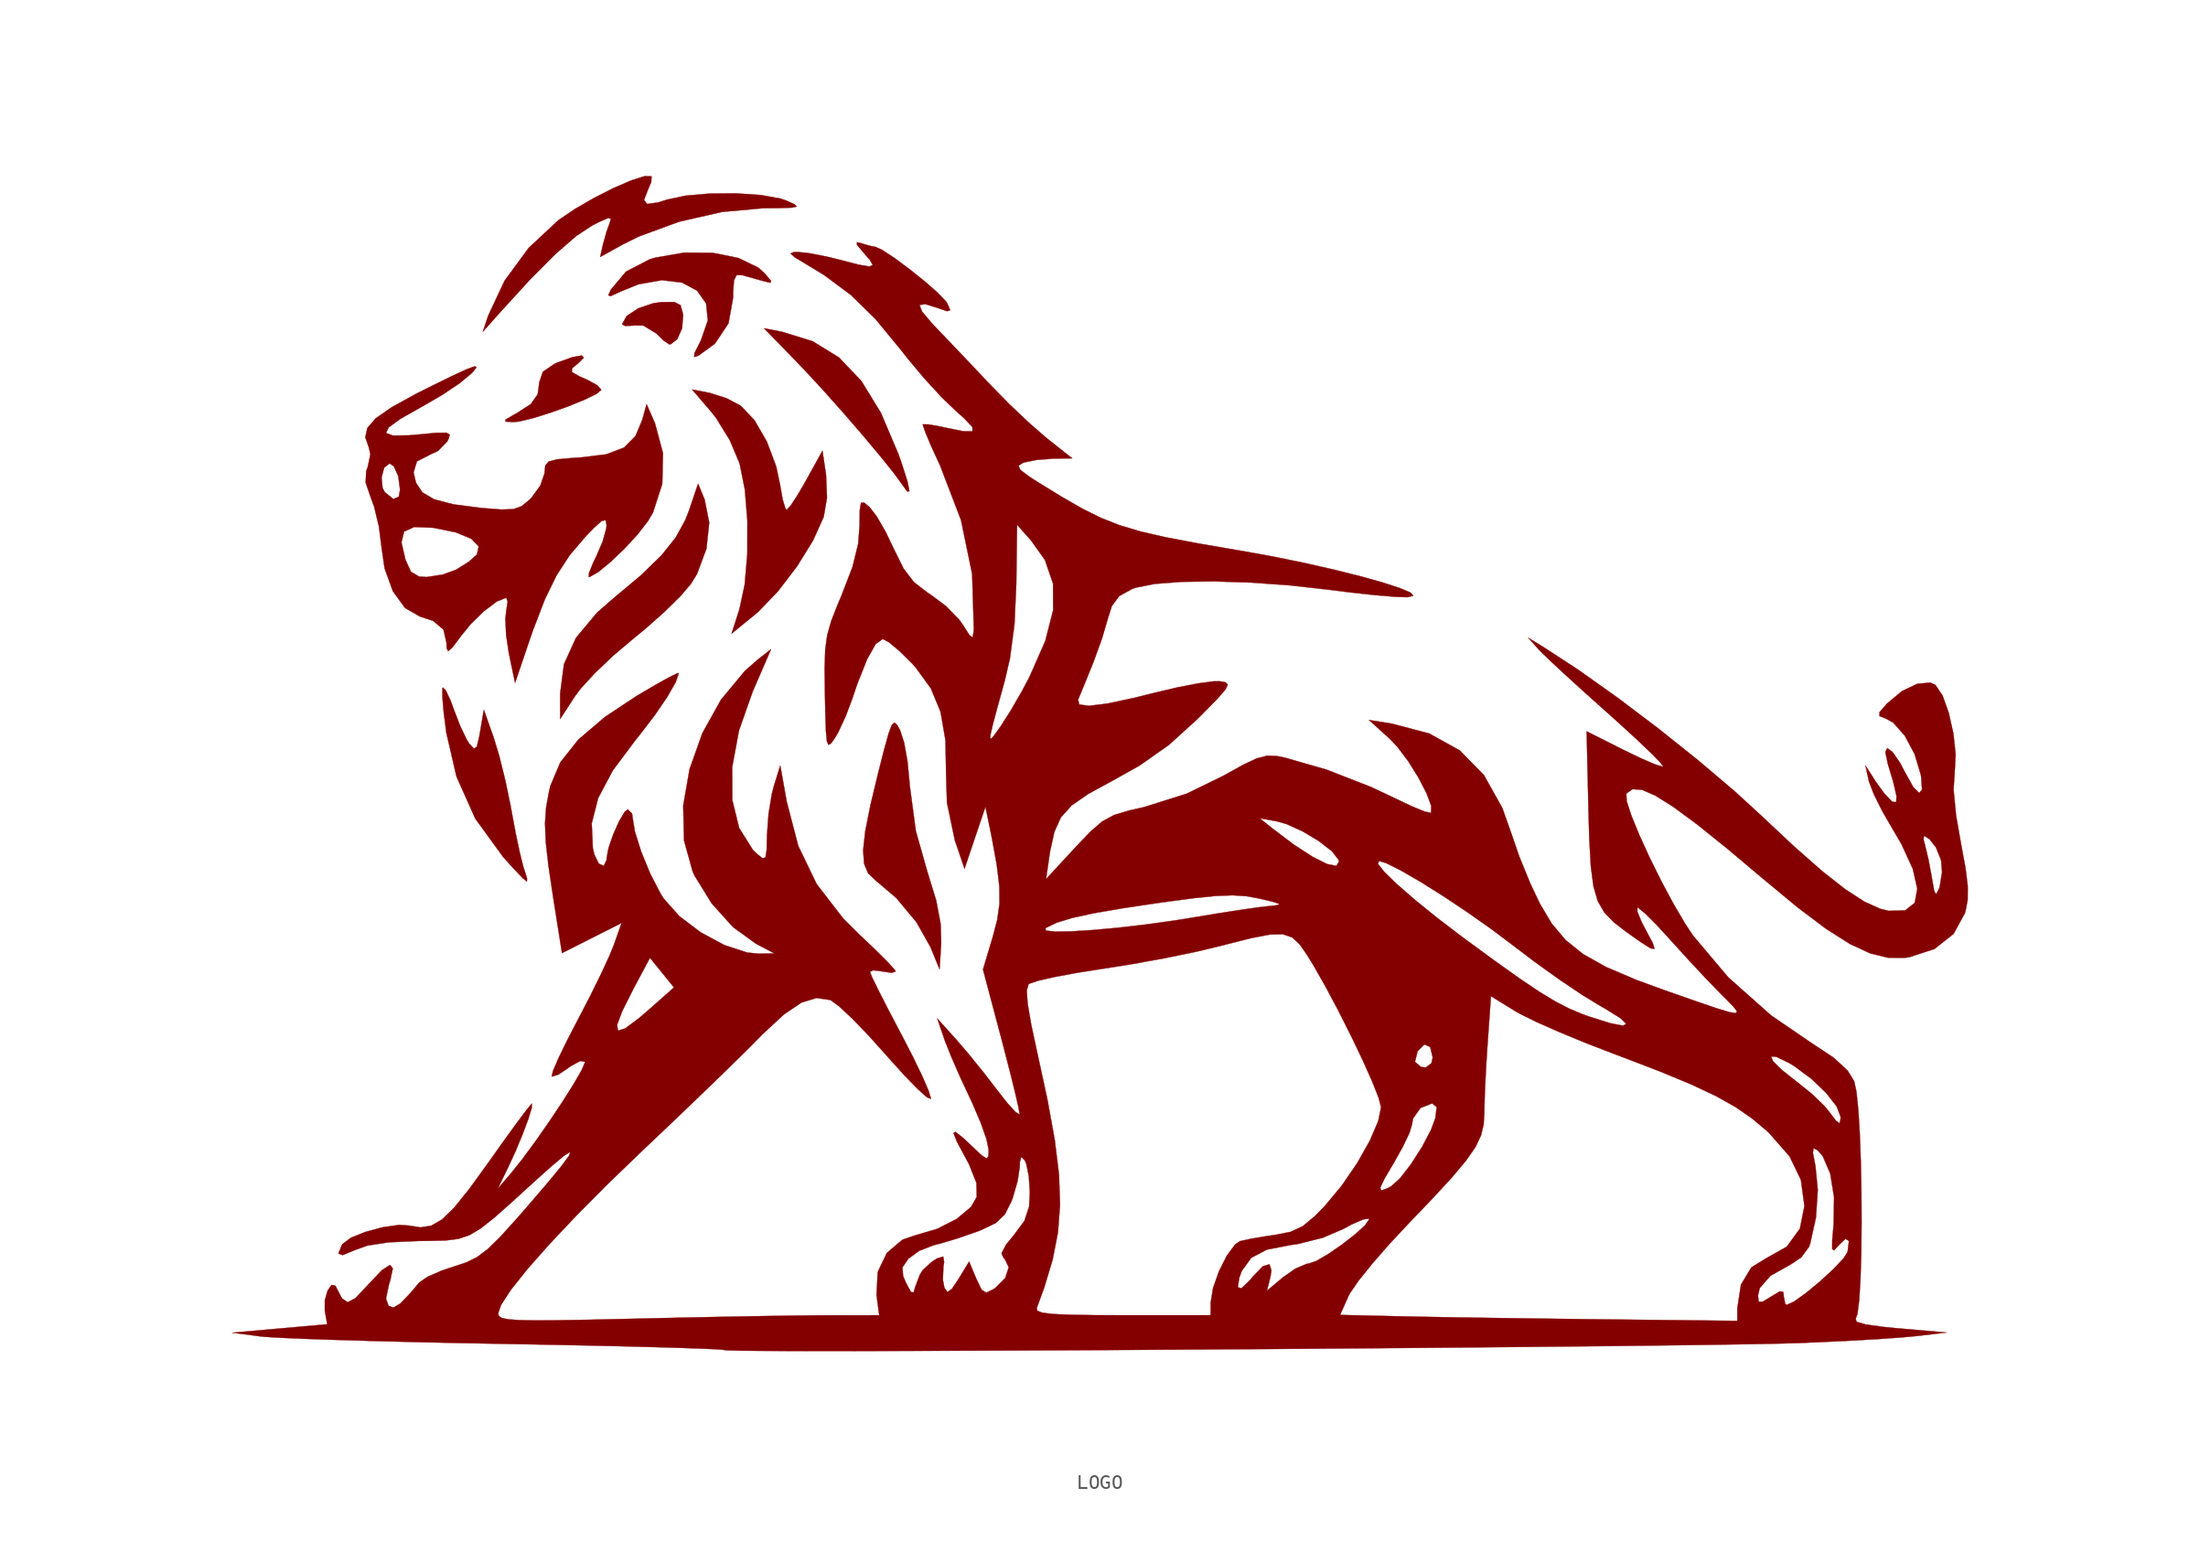
<source format=kicad_sym>
(kicad_symbol_lib
  (version 20210619)
  (generator bitmap2component)
  (symbol "LOGO"
    (pin_names
      (offset 1.016))
    (property "Reference" "#G"
      (at 0 105.198 0)
      (effects (font (size 1.27 1.27)) hide))
    (symbol "LOGO_0_0"
      (polyline (pts (xy -12.956 -39.838) (xy -9.671 -39.83) (xy -6.054 -39.818) (xy -2.162 -39.801) (xy 1.949 -39.781) (xy 6.221 -39.757) (xy 10.6 -39.729) (xy 15.027 -39.7) (xy 19.447 -39.667) (xy 23.803 -39.633) (xy 28.038 -39.597) (xy 32.096 -39.559) (xy 35.921 -39.521) (xy 39.456 -39.482) (xy 42.644 -39.443) (xy 45.429 -39.404) (xy 47.754 -39.366) (xy 49.563 -39.329) (xy 50.8 -39.293) (xy 51.927 -39.247) (xy 54.058 -39.146) (xy 56.023 -39.035) (xy 57.643 -38.924) (xy 58.737 -38.824) (xy 60.854 -38.576) (xy 57.568 -38.291) (xy 56.601 -38.198) (xy 55.339 -38.025) (xy 54.707 -37.839) (xy 54.657 -37.629) (xy 54.772 -37.312) (xy 54.894 -36.366) (xy 54.981 -34.939) (xy 55.036 -33.157) (xy 55.057 -31.147) (xy 55.047 -29.035) (xy 55.006 -26.949) (xy 54.935 -25.016) (xy 54.835 -23.362) (xy 54.706 -22.114) (xy 54.55 -21.399) (xy 54.095 -20.663) (xy 53.146 -19.788) (xy 51.64 -18.793) (xy 48.876 -16.903) (xy 45.95 -14.302) (xy 43.54 -11.445) (xy 43.017 -10.657) (xy 42.209 -9.284) (xy 41.373 -7.724) (xy 40.573 -6.108) (xy 39.87 -4.571) (xy 39.329 -3.246) (xy 39.011 -2.267) (xy 38.98 -1.767) (xy 39.011 -1.721) (xy 39.415 -1.442) (xy 40.052 -1.487) (xy 40.967 -1.883) (xy 42.204 -2.66) (xy 43.809 -3.845) (xy 45.829 -5.466) (xy 48.307 -7.552) (xy 48.364 -7.6) (xy 50.697 -9.532) (xy 52.634 -10.989) (xy 54.254 -12.018) (xy 55.636 -12.661) (xy 56.861 -12.963) (xy 58.007 -12.968) (xy 58.306 -12.928) (xy 60.04 -12.363) (xy 61.346 -11.33) (xy 62.123 -9.904) (xy 62.158 -9.783) (xy 62.307 -8.991) (xy 62.311 -8.068) (xy 62.158 -6.831) (xy 61.838 -5.095) (xy 61.512 -3.235) (xy 61.343 -1.472) (xy 61.423 -0.201) (xy 61.484 0.935) (xy 61.333 2.345) (xy 61.016 3.765) (xy 60.589 4.957) (xy 60.104 5.681) (xy 59.752 5.841) (xy 58.862 5.757) (xy 57.814 5.257) (xy 56.802 4.415) (xy 56.744 4.353) (xy 56.276 3.811) (xy 56.281 3.553) (xy 56.749 3.366) (xy 57.228 3.095) (xy 58.008 2.212) (xy 58.674 0.965) (xy 59.1 -0.441) (xy 59.128 -0.603) (xy 59.187 -1.471) (xy 58.997 -1.706) (xy 58.597 -1.311) (xy 58.028 -0.293) (xy 57.685 0.359) (xy 57.174 1.098) (xy 56.813 1.358) (xy 56.679 1.101) (xy 56.849 0.288) (xy 57.218 -0.941) (xy 57.441 -1.898) (xy 57.423 -2.329) (xy 57.172 -2.307) (xy 57.117 -2.268) (xy 56.613 -1.738) (xy 56.03 -0.932) (xy 55.321 0.176) (xy 55.553 -0.882) (xy 55.563 -0.923) (xy 55.887 -1.776) (xy 56.475 -2.956) (xy 57.208 -4.22) (xy 57.593 -4.877) (xy 59.29 -4.877) (xy 59.326 -4.62) (xy 59.712 -4.875) (xy 60.133 -5.413) (xy 60.492 -6.308) (xy 60.556 -7.117) (xy 60.394 -8.114) (xy 60.331 -8.28) (xy 60.149 -8.62) (xy 60.019 -8.405) (xy 59.87 -7.564) (xy 59.844 -7.404) (xy 59.626 -6.239) (xy 59.4 -5.292) (xy 59.29 -4.877) (xy 57.593 -4.877) (xy 57.772 -5.182) (xy 58.559 -6.897) (xy 58.864 -8.253) (xy 58.69 -9.21) (xy 58.038 -9.726) (xy 56.912 -9.76) (xy 56.323 -9.613) (xy 55.241 -9.124) (xy 53.943 -8.283) (xy 52.368 -7.045) (xy 50.455 -5.363) (xy 48.142 -3.192) (xy 46.401 -1.598) (xy 43.923 0.507) (xy 41.193 2.688) (xy 38.398 4.802) (xy 35.724 6.702) (xy 33.358 8.246) (xy 32.279 8.908) (xy 32.985 8.118) (xy 33.138 7.957) (xy 33.833 7.285) (xy 34.897 6.297) (xy 36.214 5.098) (xy 37.671 3.794) (xy 38.4 3.142) (xy 39.667 1.982) (xy 40.664 1.034) (xy 41.304 0.381) (xy 41.5 0.107) (xy 41.452 0.098) (xy 40.939 0.257) (xy 40.005 0.657) (xy 38.81 1.233) (xy 36.272 2.511) (xy 36.396 -2.89) (xy 36.452 -4.855) (xy 36.556 -6.709) (xy 36.737 -8.081) (xy 37.031 -9.093) (xy 37.478 -9.868) (xy 38.116 -10.528) (xy 38.982 -11.196) (xy 39.93 -11.869) (xy 40.647 -12.324) (xy 40.912 -12.354) (xy 40.789 -11.954) (xy 40.343 -11.121) (xy 40.019 -10.5) (xy 39.734 -9.802) (xy 39.745 -9.534) (xy 39.815 -9.562) (xy 40.289 -9.957) (xy 41.054 -10.722) (xy 41.98 -11.729) (xy 42.038 -11.794) (xy 43.215 -13.092) (xy 44.443 -14.407) (xy 45.467 -15.463) (xy 45.764 -15.759) (xy 46.284 -16.287) (xy 46.542 -16.619) (xy 46.472 -16.75) (xy 46.004 -16.676) (xy 45.072 -16.39) (xy 43.607 -15.887) (xy 41.542 -15.163) (xy 39.656 -14.472) (xy 37.603 -13.596) (xy 36.035 -12.717) (xy 34.836 -11.755) (xy 33.886 -10.626) (xy 33.067 -9.247) (xy 32.433 -7.908) (xy 31.679 -6.067) (xy 31.1 -4.388) (xy 30.509 -2.725) (xy 29.255 -0.48) (xy 27.608 1.202) (xy 25.523 2.361) (xy 22.957 3.037) (xy 21.396 3.285) (xy 22.826 1.992) (xy 23.341 1.45) (xy 24.086 0.458) (xy 24.783 -0.66) (xy 25.337 -1.733) (xy 25.654 -2.589) (xy 25.637 -3.056) (xy 25.626 -3.062) (xy 25.208 -2.971) (xy 24.353 -2.624) (xy 23.232 -2.091) (xy 21.542 -1.294) (xy 18.516 -0.112) (xy 15.655 0.712) (xy 15.077 0.824) (xy 14.423 0.842) (xy 13.725 0.659) (xy 12.796 0.221) (xy 11.449 -0.527) (xy 8.945 -1.75) (xy 6.024 -2.67) (xy 5.012 -2.898) (xy 3.974 -3.213) (xy 3.576 -3.428) (xy 13.935 -3.428) (xy 15.169 -3.657) (xy 15.76 -3.825) (xy 16.867 -4.327) (xy 17.976 -4.992) (xy 18.866 -5.683) (xy 19.316 -6.262) (xy 19.349 -6.399) (xy 19.257 -6.548) (xy 22.014 -6.548) (xy 22.076 -6.35) (xy 22.556 -6.49) (xy 23.552 -6.984) (xy 24.895 -7.761) (xy 26.467 -8.747) (xy 28.147 -9.868) (xy 29.819 -11.047) (xy 31.361 -12.21) (xy 32.76 -13.272) (xy 34.457 -14.486) (xy 36.041 -15.549) (xy 37.297 -16.311) (xy 37.542 -16.447) (xy 38.586 -17.096) (xy 38.984 -17.485) (xy 38.752 -17.603) (xy 37.901 -17.439) (xy 36.447 -16.984) (xy 35.987 -16.818) (xy 35.08 -16.438) (xy 34.133 -15.95) (xy 33.042 -15.288) (xy 31.703 -14.387) (xy 30.013 -13.184) (xy 27.869 -11.613) (xy 27.702 -11.489) (xy 26.006 -10.193) (xy 24.518 -8.985) (xy 23.308 -7.931) (xy 22.449 -7.097) (xy 22.014 -6.548) (xy 19.257 -6.548) (xy 19.172 -6.684) (xy 18.551 -6.563) (xy 17.566 -6.074) (xy 16.295 -5.252) (xy 14.817 -4.137) (xy 13.935 -3.428) (xy 3.576 -3.428) (xy 3.172 -3.646) (xy 2.374 -4.334) (xy 1.343 -5.415) (xy -0.664 -7.585) (xy -0.461 -6.174) (xy -0.387 -5.685) (xy -0.098 -4.363) (xy 0.352 -3.369) (xy 1.087 -2.552) (xy 2.228 -1.764) (xy 3.897 -0.854) (xy 5.729 0.171) (xy 7.733 1.582) (xy 9.653 3.324) (xy 10.069 3.74) (xy 11.041 4.731) (xy 11.584 5.352) (xy 11.754 5.697) (xy 11.605 5.859) (xy 11.193 5.932) (xy 10.8 5.929) (xy 9.735 5.788) (xy 8.311 5.513) (xy 6.727 5.139) (xy 5.35 4.796) (xy 3.493 4.403) (xy 2.253 4.253) (xy 1.606 4.344) (xy 1.524 4.674) (xy 1.709 5.111) (xy 2.564 7.21) (xy 3.159 8.849) (xy 3.545 10.169) (xy 3.833 11.078) (xy 4.337 11.755) (xy 5.224 12.243) (xy 5.46 12.328) (xy 6.758 12.583) (xy 8.589 12.726) (xy 10.826 12.757) (xy 13.338 12.676) (xy 15.998 12.485) (xy 18.675 12.185) (xy 20.096 12.005) (xy 21.749 11.825) (xy 23.107 11.709) (xy 23.966 11.676) (xy 24.036 11.678) (xy 24.435 11.778) (xy 24.231 11.994) (xy 23.504 12.303) (xy 22.336 12.683) (xy 20.808 13.11) (xy 19 13.562) (xy 16.993 14.017) (xy 14.869 14.451) (xy 12.707 14.842) (xy 12.259 14.917) (xy 9.604 15.375) (xy 7.492 15.777) (xy 5.792 16.168) (xy 4.371 16.592) (xy 3.095 17.095) (xy 1.83 17.721) (xy 0.445 18.515) (xy -1.194 19.522) (xy -1.785 19.899) (xy -2.414 20.371) (xy -2.544 20.658) (xy -2.252 20.856) (xy -2.168 20.886) (xy -1.308 21.058) (xy -0.233 21.142) (xy 1.122 21.167) (xy -0.586 22.521) (xy -0.737 22.643) (xy -1.872 23.636) (xy -3.181 24.878) (xy -4.41 26.13) (xy -4.566 26.295) (xy -5.818 27.622) (xy -7.099 28.968) (xy -8.152 30.067) (xy -8.425 30.354) (xy -9.143 31.205) (xy -9.306 31.646) (xy -8.91 31.704) (xy -7.951 31.402) (xy -7.432 31.223) (xy -7.208 31.284) (xy -7.42 31.771) (xy -7.504 31.896) (xy -8.068 32.485) (xy -8.957 33.264) (xy -10 34.101) (xy -11.027 34.862) (xy -11.869 35.416) (xy -12.357 35.631) (xy -12.609 35.666) (xy -13.289 35.864) (xy -13.589 35.938) (xy -13.577 35.75) (xy -13.079 35.158) (xy -12.713 34.74) (xy -12.505 34.38) (xy -12.733 34.274) (xy -13.476 34.403) (xy -14.817 34.749) (xy -15.614 34.945) (xy -16.803 35.178) (xy -17.639 35.269) (xy -17.897 35.262) (xy -18.122 35.167) (xy -17.836 34.902) (xy -16.98 34.389) (xy -15.831 33.69) (xy -14 32.329) (xy -12.319 30.685) (xy -10.581 28.572) (xy -10.189 28.069) (xy -9 26.648) (xy -7.803 25.343) (xy -6.805 24.384) (xy -6.287 23.928) (xy -5.696 23.305) (xy -5.695 23.014) (xy -6.312 23.017) (xy -7.575 23.272) (xy -7.897 23.343) (xy -8.706 23.486) (xy -9.081 23.492) (xy -9.083 23.444) (xy -8.908 22.932) (xy -8.51 21.991) (xy -7.954 20.777) (xy -7.905 20.673) (xy -6.476 16.945) (xy -5.715 13.263) (xy -5.6 9.525) (xy -5.614 9.293) (xy -5.686 8.924) (xy -5.895 9.079) (xy -6.351 9.798) (xy -6.604 10.152) (xy -7.514 11.08) (xy -8.587 11.879) (xy -8.784 12.001) (xy -9.701 12.717) (xy -10.403 13.641) (xy -11.081 15.012) (xy -11.625 16.144) (xy -12.234 17.2) (xy -12.724 17.837) (xy -13.096 18.143) (xy -13.31 18.126) (xy -13.392 17.638) (xy -13.406 16.562) (xy -13.499 15.339) (xy -13.886 13.759) (xy -14.626 11.829) (xy -14.9 11.184) (xy -15.344 10.051) (xy -15.616 9.093) (xy -15.753 8.088) (xy -15.793 6.818) (xy -15.772 5.063) (xy -15.747 3.807) (xy -15.706 2.548) (xy -15.641 1.837) (xy -15.53 1.582) (xy -15.351 1.69) (xy -15.083 2.068) (xy -14.865 2.442) (xy -14.354 3.536) (xy -13.894 4.763) (xy -13.55 5.779) (xy -12.882 7.454) (xy -12.304 8.475) (xy -11.826 8.819) (xy -11.414 8.606) (xy -10.678 7.996) (xy -9.802 7.127) (xy -9.599 6.904) (xy -8.542 5.455) (xy -7.873 3.845) (xy -7.596 2.24) (xy -4.469 2.24) (xy -4.31 2.94) (xy -3.982 4.167) (xy -3.478 5.997) (xy -3.13 7.503) (xy -2.821 9.836) (xy -2.697 12.633) (xy -2.646 16.624) (xy -1.694 15.559) (xy -0.741 14.221) (xy -0.188 12.604) (xy -0.18 10.786) (xy -0.718 8.684) (xy -1.803 6.219) (xy -2.331 5.226) (xy -3.099 3.897) (xy -3.76 2.868) (xy -4.001 2.525) (xy -4.307 2.109) (xy -4.466 1.988) (xy -4.469 2.24) (xy -7.596 2.24) (xy -7.539 1.907) (xy -7.491 -0.529) (xy -7.435 -2.364) (xy -6.897 -4.939) (xy -6.234 -6.879) (xy -4.805 -2.646) (xy -4.55 -3.881) (xy -4.369 -4.77) (xy -4.027 -6.655) (xy -3.854 -8.098) (xy -3.846 -9.274) (xy -3.997 -10.357) (xy -4.152 -10.95) (xy -0.706 -10.95) (xy -0.639 -10.906) (xy 0.056 -10.569) (xy 1.108 -10.247) (xy 2.603 -9.921) (xy 4.627 -9.572) (xy 7.268 -9.18) (xy 7.35 -9.168) (xy 9.412 -8.895) (xy 10.942 -8.739) (xy 12.096 -8.695) (xy 13.03 -8.756) (xy 13.902 -8.916) (xy 14.838 -9.14) (xy 15.284 -9.287) (xy 15.141 -9.372) (xy 14.464 -9.445) (xy 13.881 -9.513) (xy 12.64 -9.689) (xy 11.061 -9.935) (xy 9.349 -10.219) (xy 8.143 -10.413) (xy 6.185 -10.687) (xy 4.279 -10.908) (xy 2.532 -11.069) (xy 1.052 -11.161) (xy -0.053 -11.177) (xy -0.674 -11.109) (xy -0.706 -10.95) (xy -4.152 -10.95) (xy -4.301 -11.521) (xy -4.973 -13.762) (xy -4.593 -15.197) (xy -1.983 -15.197) (xy -1.859 -14.771) (xy -1.809 -14.736) (xy -1.197 -14.531) (xy -0.059 -14.273) (xy 1.464 -13.991) (xy 3.23 -13.714) (xy 5.175 -13.407) (xy 7.428 -12.998) (xy 9.54 -12.565) (xy 11.232 -12.163) (xy 11.526 -12.085) (xy 13.34 -11.626) (xy 14.627 -11.379) (xy 15.522 -11.357) (xy 16.156 -11.576) (xy 16.663 -12.048) (xy 17.177 -12.788) (xy 17.585 -13.452) (xy 18.418 -14.915) (xy 19.305 -16.581) (xy 20.179 -18.315) (xy 20.975 -19.98) (xy 21.017 -20.073) (xy 24.543 -20.073) (xy 24.724 -19.346) (xy 24.726 -19.344) (xy 25.181 -18.89) (xy 25.581 -19.058) (xy 25.753 -19.776) (xy 25.668 -20.168) (xy 25.282 -20.461) (xy 24.955 -20.429) (xy 24.543 -20.073) (xy 21.017 -20.073) (xy 21.625 -21.438) (xy 22.064 -22.553) (xy 22.225 -23.189) (xy 22.033 -24.121) (xy 21.456 -25.466) (xy 20.594 -26.993) (xy 19.544 -28.529) (xy 19.424 -28.673) (xy 22.171 -28.673) (xy 22.468 -28.051) (xy 23.133 -26.92) (xy 23.714 -25.884) (xy 24.168 -24.926) (xy 24.342 -24.345) (xy 24.409 -23.952) (xy 24.915 -23.235) (xy 25.685 -22.93) (xy 25.733 -22.932) (xy 26.022 -23.17) (xy 25.942 -23.901) (xy 25.64 -24.718) (xy 25.028 -25.882) (xy 24.274 -27.062) (xy 23.521 -28.037) (xy 22.91 -28.586) (xy 22.631 -28.731) (xy 22.229 -28.871) (xy 22.171 -28.673) (xy 19.424 -28.673) (xy 18.408 -29.897) (xy 17.712 -30.613) (xy 16.869 -31.313) (xy 16.044 -31.695) (xy 14.993 -31.903) (xy 14.404 -31.988) (xy 13.306 -32.174) (xy 12.585 -32.331) (xy 12.255 -32.555) (xy 11.688 -33.321) (xy 11.148 -34.394) (xy 10.762 -35.488) (xy 12.438 -35.488) (xy 12.537 -34.837) (xy 12.705 -34.373) (xy 13.354 -33.475) (xy 14.426 -32.91) (xy 16.051 -32.595) (xy 16.544 -32.525) (xy 18.246 -32.099) (xy 19.683 -31.481) (xy 20.226 -31.186) (xy 21.002 -30.846) (xy 21.387 -30.795) (xy 21.403 -30.86) (xy 21.116 -31.261) (xy 20.448 -31.868) (xy 19.564 -32.556) (xy 18.631 -33.201) (xy 17.815 -33.68) (xy 17.282 -33.867) (xy 17.142 -33.883) (xy 16.389 -34.2) (xy 15.531 -34.795) (xy 14.427 -35.724) (xy 14.66 -34.795) (xy 14.736 -34.348) (xy 14.601 -33.912) (xy 14.154 -34.044) (xy 13.469 -34.749) (xy 13.244 -35.023) (xy 12.686 -35.549) (xy 12.438 -35.488) (xy 10.762 -35.488) (xy 10.743 -35.545) (xy 10.583 -36.542) (xy 10.583 -37.373) (xy 19.424 -37.373) (xy 20.011 -36.061) (xy 20.105 -35.882) (xy 20.696 -35.026) (xy 21.645 -33.847) (xy 22.844 -32.476) (xy 24.182 -31.044) (xy 25.734 -29.425) (xy 27.081 -27.963) (xy 28.042 -26.817) (xy 28.679 -25.896) (xy 29.055 -25.106) (xy 29.235 -24.355) (xy 29.28 -23.548) (xy 29.283 -23.277) (xy 29.323 -22.029) (xy 29.402 -20.44) (xy 29.507 -18.786) (xy 29.734 -15.591) (xy 31.415 -16.625) (xy 31.69 -16.783) (xy 32.83 -17.346) (xy 34.403 -18.043) (xy 36.239 -18.8) (xy 38.166 -19.544) (xy 38.611 -19.71) (xy 48.871 -19.71) (xy 49.225 -19.731) (xy 50.091 -20.149) (xy 50.462 -20.372) (xy 51.613 -21.227) (xy 52.626 -22.194) (xy 53.347 -23.114) (xy 53.622 -23.825) (xy 53.621 -23.967) (xy 53.559 -24.278) (xy 53.321 -24.116) (xy 52.796 -23.427) (xy 52.538 -23.116) (xy 51.686 -22.286) (xy 50.679 -21.473) (xy 50.616 -21.427) (xy 49.593 -20.617) (xy 49.002 -20.025) (xy 48.871 -19.71) (xy 38.611 -19.71) (xy 38.681 -19.736) (xy 41.338 -20.757) (xy 43.448 -21.634) (xy 45.12 -22.422) (xy 46.462 -23.177) (xy 47.582 -23.953) (xy 48.591 -24.805) (xy 48.751 -24.954) (xy 50.136 -26.537) (xy 50.911 -28.144) (xy 51.153 -29.927) (xy 50.844 -31.471) (xy 49.945 -32.708) (xy 48.53 -33.506) (xy 47.524 -34.126) (xy 46.814 -35.307) (xy 46.701 -36.046) (xy 47.978 -36.046) (xy 48.098 -35.537) (xy 48.832 -34.699) (xy 50.19 -33.939) (xy 50.93 -33.446) (xy 51.465 -32.724) (xy 51.553 -32.469) (xy 51.937 -30.727) (xy 52.065 -28.843) (xy 51.906 -27.202) (xy 51.896 -27.155) (xy 51.731 -26.288) (xy 51.778 -25.98) (xy 52.051 -26.119) (xy 52.401 -26.517) (xy 52.916 -27.717) (xy 53.177 -29.331) (xy 53.147 -31.185) (xy 53.051 -32.269) (xy 53.05 -32.866) (xy 53.176 -32.961) (xy 53.451 -32.658) (xy 53.455 -32.653) (xy 53.959 -32.168) (xy 54.192 -32.321) (xy 54.1 -33.074) (xy 53.812 -33.52) (xy 53.122 -34.251) (xy 52.212 -35.087) (xy 51.259 -35.875) (xy 50.441 -36.46) (xy 49.933 -36.689) (xy 49.839 -36.615) (xy 49.742 -36.119) (xy 49.71 -35.804) (xy 49.478 -35.76) (xy 48.86 -36.127) (xy 48.304 -36.467) (xy 48.028 -36.475) (xy 47.978 -36.046) (xy 46.701 -36.046) (xy 46.567 -36.933) (xy 46.567 -37.778) (xy 37.306 -37.675) (xy 35.548 -37.654) (xy 32.729 -37.618) (xy 29.979 -37.579) (xy 27.458 -37.541) (xy 25.323 -37.504) (xy 23.735 -37.472) (xy 19.424 -37.373) (xy 10.583 -37.373) (xy 10.583 -37.394) (xy 4.548 -37.394) (xy 2.67 -37.389) (xy 0.949 -37.362) (xy -0.223 -37.308) (xy -0.932 -37.219) (xy -1.262 -37.088) (xy -1.3 -36.907) (xy -0.786 -35.499) (xy -0.21 -33.579) (xy 0.149 -31.736) (xy 0.292 -29.845) (xy 0.22 -27.782) (xy -0.069 -25.42) (xy -0.574 -22.636) (xy -1.296 -19.306) (xy -1.675 -17.544) (xy -1.924 -16.098) (xy -1.983 -15.197) (xy -4.593 -15.197) (xy -3.721 -18.48) (xy -3.588 -18.986) (xy -3.149 -20.687) (xy -2.794 -22.12) (xy -2.556 -23.148) (xy -2.47 -23.632) (xy -2.477 -23.665) (xy -2.731 -23.523) (xy -3.275 -22.933) (xy -4.01 -21.999) (xy -4.872 -20.878) (xy -5.93 -19.567) (xy -6.826 -18.521) (xy -8.101 -17.11) (xy -7.616 -18.521) (xy -7.574 -18.641) (xy -7.144 -19.722) (xy -6.533 -21.122) (xy -5.859 -22.568) (xy -5.702 -22.899) (xy -5.134 -24.225) (xy -4.736 -25.356) (xy -4.586 -26.077) (xy -4.599 -26.506) (xy -4.721 -26.69) (xy -5.084 -26.45) (xy -5.821 -25.753) (xy -6.285 -25.314) (xy -6.84 -24.869) (xy -6.991 -24.939) (xy -6.747 -25.551) (xy -6.115 -26.731) (xy -5.928 -27.078) (xy -5.421 -28.352) (xy -5.399 -29.306) (xy -5.796 -29.997) (xy -6.763 -30.806) (xy -8.095 -31.49) (xy -9.608 -31.935) (xy -10.479 -32.233) (xy -11.545 -33.136) (xy -12.015 -34.122) (xy -10.476 -34.122) (xy -10.074 -33.535) (xy -9.341 -32.998) (xy -8.342 -32.609) (xy -7.863 -32.489) (xy -6.678 -32.132) (xy -5.413 -31.694) (xy -5.106 -31.578) (xy -4.093 -31.091) (xy -3.481 -30.505) (xy -3.032 -29.613) (xy -2.933 -29.351) (xy -2.601 -28.199) (xy -2.464 -27.245) (xy -2.456 -26.941) (xy -2.362 -26.571) (xy -2.117 -26.811) (xy -2.02 -27.029) (xy -1.842 -27.893) (xy -1.769 -29.004) (xy -1.823 -29.976) (xy -2.144 -30.947) (xy -2.884 -31.943) (xy -3.4 -32.574) (xy -3.709 -33.169) (xy -3.555 -33.497) (xy -3.493 -33.539) (xy -3.215 -34.114) (xy -3.452 -34.852) (xy -4.144 -35.543) (xy -4.238 -35.604) (xy -4.744 -35.85) (xy -5.07 -35.651) (xy -5.43 -34.897) (xy -5.922 -33.726) (xy -6.65 -34.923) (xy -7.094 -35.59) (xy -7.4 -35.805) (xy -7.61 -35.517) (xy -7.716 -34.974) (xy -7.677 -34.053) (xy -7.628 -33.758) (xy -7.689 -33.384) (xy -8.107 -33.51) (xy -8.436 -33.718) (xy -9.075 -34.288) (xy -9.291 -34.63) (xy -9.604 -35.454) (xy -9.713 -35.831) (xy -9.892 -35.81) (xy -10.227 -35.191) (xy -10.431 -34.72) (xy -10.476 -34.122) (xy -12.015 -34.122) (xy -12.167 -34.442) (xy -12.248 -36.007) (xy -12.062 -37.394) (xy -15.644 -37.398) (xy -16.605 -37.404) (xy -18.397 -37.426) (xy -20.642 -37.462) (xy -23.198 -37.509) (xy -25.919 -37.566) (xy -28.663 -37.629) (xy -29.243 -37.642) (xy -31.953 -37.703) (xy -34.05 -37.739) (xy -35.611 -37.748) (xy -36.714 -37.725) (xy -37.437 -37.669) (xy -37.857 -37.576) (xy -38.052 -37.444) (xy -38.1 -37.269) (xy -37.906 -36.7) (xy -37.227 -35.655) (xy -36.103 -34.245) (xy -34.583 -32.524) (xy -32.714 -30.545) (xy -30.543 -28.361) (xy -28.117 -26.026) (xy -27.682 -25.615) (xy -25.858 -23.881) (xy -24.092 -22.187) (xy -22.498 -20.643) (xy -21.192 -19.361) (xy -20.286 -18.449) (xy -20.048 -18.205) (xy -18.578 -16.841) (xy -17.373 -16.026) (xy -16.345 -15.712) (xy -15.406 -15.852) (xy -15.378 -15.864) (xy -14.809 -16.28) (xy -13.916 -17.115) (xy -12.815 -18.253) (xy -11.624 -19.579) (xy -11.415 -19.818) (xy -10.327 -21.022) (xy -9.425 -21.947) (xy -8.798 -22.505) (xy -8.536 -22.609) (xy -8.532 -22.579) (xy -8.688 -22.056) (xy -9.117 -21.065) (xy -9.758 -19.735) (xy -10.554 -18.195) (xy -10.688 -17.943) (xy -11.474 -16.444) (xy -12.113 -15.191) (xy -12.543 -14.309) (xy -12.7 -13.923) (xy -12.471 -13.819) (xy -11.818 -13.903) (xy -11.227 -13.994) (xy -10.936 -13.902) (xy -11.017 -13.77) (xy -11.506 -13.232) (xy -12.338 -12.402) (xy -13.402 -11.396) (xy -14.524 -10.279) (xy -16.34 -7.922) (xy -17.594 -5.319) (xy -18.384 -2.293) (xy -18.825 0.176) (xy -19.263 -1.235) (xy -19.396 -1.748) (xy -19.626 -3.138) (xy -19.729 -4.553) (xy -19.755 -5.609) (xy -19.841 -6.121) (xy -20.05 -6.157) (xy -20.448 -5.832) (xy -20.696 -5.589) (xy -21.632 -4.098) (xy -22.104 -2.181) (xy -22.108 0.072) (xy -21.644 2.571) (xy -20.708 5.226) (xy -19.451 8.127) (xy -20.385 7.393) (xy -21.252 6.63) (xy -22.878 4.668) (xy -24.15 2.383) (xy -25.025 -0.08) (xy -25.456 -2.574) (xy -25.399 -4.954) (xy -24.81 -7.074) (xy -24.67 -7.373) (xy -23.51 -9.252) (xy -22.056 -10.866) (xy -20.496 -11.998) (xy -19.226 -12.669) (xy -20.317 -12.684) (xy -21.081 -12.608) (xy -22.639 -12.099) (xy -24.261 -11.226) (xy -25.722 -10.118) (xy -26.797 -8.907) (xy -27.01 -8.566) (xy -27.706 -7.222) (xy -28.321 -5.726) (xy -28.76 -4.331) (xy -28.928 -3.287) (xy -28.953 -3.104) (xy -29.242 -2.822) (xy -29.457 -2.996) (xy -29.842 -3.644) (xy -30.245 -4.551) (xy -30.563 -5.477) (xy -30.692 -6.181) (xy -30.696 -6.291) (xy -30.885 -6.681) (xy -31.223 -6.534) (xy -31.528 -5.909) (xy -31.632 -5.458) (xy -31.708 -3.779) (xy -31.263 -2.044) (xy -30.263 -0.161) (xy -28.675 1.963) (xy -28.436 2.253) (xy -27.405 3.599) (xy -26.55 4.852) (xy -25.968 5.866) (xy -25.753 6.493) (xy -25.863 6.475) (xy -26.448 6.188) (xy -27.424 5.644) (xy -28.663 4.912) (xy -30.797 3.5) (xy -32.629 1.938) (xy -33.857 0.384) (xy -34.53 -1.212) (xy -34.622 -1.595) (xy -34.822 -2.681) (xy -34.898 -3.784) (xy -34.845 -5.072) (xy -34.659 -6.715) (xy -34.335 -8.88) (xy -33.739 -12.646) (xy -31.703 -11.618) (xy -29.667 -10.59) (xy -30.194 -12.084) (xy -30.482 -12.793) (xy -31.073 -14.073) (xy -31.834 -15.617) (xy -32.671 -17.23) (xy -32.841 -17.556) (xy -29.973 -17.556) (xy -29.619 -16.608) (xy -28.857 -15.09) (xy -27.727 -12.971) (xy -26.907 -13.982) (xy -26.087 -14.993) (xy -27.772 -16.485) (xy -28.492 -17.104) (xy -29.419 -17.792) (xy -29.91 -17.946) (xy -29.973 -17.556) (xy -32.841 -17.556) (xy -33.4 -18.634) (xy -33.989 -19.848) (xy -34.355 -20.701) (xy -34.439 -21.064) (xy -34.406 -21.082) (xy -33.969 -20.939) (xy -33.276 -20.476) (xy -33.128 -20.365) (xy -32.493 -20.019) (xy -32.173 -20.073) (xy -32.172 -20.123) (xy -32.399 -20.651) (xy -32.936 -21.584) (xy -33.698 -22.79) (xy -34.595 -24.136) (xy -35.54 -25.491) (xy -36.446 -26.72) (xy -37.224 -27.693) (xy -38.13 -28.751) (xy -37.375 -27.198) (xy -36.929 -26.23) (xy -36.435 -25.046) (xy -36.039 -23.986) (xy -35.805 -23.223) (xy -35.797 -22.93) (xy -35.838 -22.965) (xy -36.201 -23.414) (xy -36.864 -24.302) (xy -37.752 -25.526) (xy -38.787 -26.983) (xy -40.072 -28.76) (xy -41.097 -30.033) (xy -41.933 -30.848) (xy -42.673 -31.276) (xy -43.409 -31.391) (xy -44.231 -31.263) (xy -44.868 -31.223) (xy -45.974 -31.378) (xy -47.161 -31.696) (xy -48.169 -32.103) (xy -48.734 -32.526) (xy -48.783 -32.604) (xy -49.015 -33.175) (xy -48.726 -33.287) (xy -47.903 -32.946) (xy -47.021 -32.631) (xy -45.563 -32.409) (xy -43.518 -32.319) (xy -42.711 -32.311) (xy -41.649 -32.281) (xy -40.811 -32.175) (xy -40.071 -31.927) (xy -39.304 -31.472) (xy -38.384 -30.747) (xy -37.185 -29.685) (xy -35.582 -28.222) (xy -34.493 -27.245) (xy -33.6 -26.496) (xy -33.181 -26.234) (xy -33.237 -26.464) (xy -33.771 -27.192) (xy -34.784 -28.422) (xy -36.279 -30.16) (xy -36.86 -30.824) (xy -37.97 -32.049) (xy -38.819 -32.879) (xy -39.541 -33.421) (xy -40.266 -33.781) (xy -41.127 -34.066) (xy -41.936 -34.335) (xy -42.93 -34.77) (xy -43.493 -35.156) (xy -44.097 -35.878) (xy -44.799 -36.604) (xy -45.263 -36.87) (xy -45.587 -36.751) (xy -45.764 -36.262) (xy -45.551 -35.247) (xy -45.476 -35.026) (xy -45.298 -34.192) (xy -45.489 -33.956) (xy -46.045 -34.318) (xy -46.961 -35.278) (xy -47.072 -35.405) (xy -47.86 -36.231) (xy -48.38 -36.507) (xy -48.772 -36.244) (xy -49.18 -35.454) (xy -49.221 -35.377) (xy -49.487 -35.322) (xy -49.759 -35.724) (xy -49.944 -36.379) (xy -49.945 -37.086) (xy -49.777 -38.012) (xy -53.023 -38.299) (xy -56.268 -38.586) (xy -54.328 -38.843) (xy -54.086 -38.868) (xy -53.045 -38.932) (xy -51.422 -39.003) (xy -49.301 -39.077) (xy -46.769 -39.152) (xy -43.913 -39.225) (xy -40.818 -39.293) (xy -37.571 -39.354) (xy -35.901 -39.384) (xy -32.844 -39.444) (xy -30.048 -39.506) (xy -27.587 -39.569) (xy -25.535 -39.629) (xy -23.968 -39.685) (xy -22.957 -39.735) (xy -22.578 -39.777) (xy -22.428 -39.793) (xy -21.649 -39.814) (xy -20.256 -39.829) (xy -18.305 -39.837) (xy -15.853 -39.84) (xy -12.956 -39.838)) (stroke (width 0.01)) (fill (type outline)))
      (polyline (pts (xy -7.829 -11.951) (xy -7.864 -10.661) (xy -8.167 -9.063) (xy -8.784 -7.049) (xy -9.562 -4.299) (xy -9.979 -1.184) (xy -9.989 -1.001) (xy -10.133 0.466) (xy -10.363 1.746) (xy -10.633 2.578) (xy -10.826 2.925) (xy -11.016 3.11) (xy -11.199 2.957) (xy -11.419 2.38) (xy -11.722 1.291) (xy -12.15 -0.396) (xy -12.659 -2.511) (xy -13.017 -4.306) (xy -13.162 -5.618) (xy -13.096 -6.548) (xy -12.821 -7.192) (xy -12.341 -7.652) (xy -10.891 -8.889) (xy -9.521 -10.534) (xy -8.567 -12.227) (xy -7.938 -13.759) (xy -7.829 -11.951)) (stroke (width 0.01)) (fill (type outline)))
      (polyline (pts (xy -36.127 -7.55) (xy -36.318 -6.928) (xy -36.385 -6.724) (xy -36.618 -5.796) (xy -36.899 -4.469) (xy -37.181 -2.959) (xy -37.251 -2.57) (xy -37.611 -0.841) (xy -38.02 0.813) (xy -38.403 2.08) (xy -39.079 3.985) (xy -39.329 2.501) (xy -39.389 2.161) (xy -39.557 1.461) (xy -39.752 1.326) (xy -40.063 1.655) (xy -40.243 1.94) (xy -40.689 2.864) (xy -41.123 3.992) (xy -41.354 4.618) (xy -41.679 5.313) (xy -41.883 5.507) (xy -41.907 5.439) (xy -41.909 4.836) (xy -41.816 3.771) (xy -41.642 2.417) (xy -40.949 -0.583) (xy -39.658 -3.466) (xy -37.754 -6.085) (xy -37.034 -6.883) (xy -36.424 -7.518) (xy -36.139 -7.761) (xy -36.127 -7.55)) (stroke (width 0.01)) (fill (type outline)))
      (polyline (pts (xy -32.83 4.939) (xy -32.466 5.424) (xy -31.488 6.491) (xy -30.226 7.691) (xy -28.862 8.844) (xy -28.061 9.499) (xy -26.745 10.666) (xy -25.638 11.755) (xy -24.92 12.596) (xy -24.513 13.262) (xy -23.867 14.996) (xy -23.68 16.777) (xy -23.993 18.354) (xy -24.44 19.433) (xy -25.05 17.63) (xy -25.307 16.964) (xy -25.971 15.753) (xy -26.945 14.533) (xy -28.33 13.188) (xy -30.224 11.602) (xy -31.344 10.623) (xy -32.782 8.904) (xy -33.605 7.093) (xy -33.865 5.092) (xy -33.864 3.351) (xy -32.83 4.939)) (stroke (width 0.01)) (fill (type outline)))
      (polyline (pts (xy -35.987 8.643) (xy -35.722 9.41) (xy -34.911 11.521) (xy -34.107 13.172) (xy -33.212 14.545) (xy -32.131 15.816) (xy -31.58 16.39) (xy -31.021 16.89) (xy -30.758 16.941) (xy -30.692 16.596) (xy -30.711 16.388) (xy -30.959 15.488) (xy -31.404 14.45) (xy -31.608 14.032) (xy -31.893 13.33) (xy -31.913 13.053) (xy -31.843 13.063) (xy -31.257 13.396) (xy -30.407 14.095) (xy -29.452 15.008) (xy -28.549 15.989) (xy -27.857 16.887) (xy -27.514 17.476) (xy -26.886 19.422) (xy -26.838 21.519) (xy -27.384 23.559) (xy -27.956 24.871) (xy -28.26 23.784) (xy -28.718 22.688) (xy -29.501 21.902) (xy -30.713 21.441) (xy -32.481 21.225) (xy -32.953 21.198) (xy -34.047 21.104) (xy -34.637 20.953) (xy -34.879 20.682) (xy -34.925 20.229) (xy -34.928 20.151) (xy -35.22 19.303) (xy -35.839 18.457) (xy -35.969 18.328) (xy -36.485 17.903) (xy -37.044 17.698) (xy -37.865 17.668) (xy -39.168 17.768) (xy -39.276 17.778) (xy -41.166 18.024) (xy -42.463 18.363) (xy -43.275 18.837) (xy -43.708 19.486) (xy -43.88 20.199) (xy -43.653 20.955) (xy -42.814 21.387) (xy -42.214 21.668) (xy -41.578 22.319) (xy -41.49 22.488) (xy -41.409 22.79) (xy -41.641 22.92) (xy -42.315 22.911) (xy -43.561 22.794) (xy -44.16 22.74) (xy -45.285 22.723) (xy -45.761 22.898) (xy -45.584 23.279) (xy -44.753 23.881) (xy -43.265 24.721) (xy -43.22 24.745) (xy -41.906 25.509) (xy -40.727 26.302) (xy -39.934 26.958) (xy -39.793 27.106) (xy -39.576 27.397) (xy -39.71 27.453) (xy -40.264 27.251) (xy -41.305 26.768) (xy -42.904 25.982) (xy -43.735 25.562) (xy -45.385 24.653) (xy -46.465 23.9) (xy -47.041 23.237) (xy -47.178 22.6) (xy -46.94 21.922) (xy -46.83 21.442) (xy -47.012 20.575) (xy -47.115 20.305) (xy -47.137 19.858) (xy -46.066 19.858) (xy -45.89 20.521) (xy -45.522 20.814) (xy -45.233 20.631) (xy -44.927 19.956) (xy -44.803 19.021) (xy -44.89 18.542) (xy -45.265 18.387) (xy -45.847 18.857) (xy -45.998 19.143) (xy -46.066 19.858) (xy -47.137 19.858) (xy -47.154 19.502) (xy -46.785 18.436) (xy -46.575 17.866) (xy -46.25 16.516) (xy -46.111 15.421) (xy -44.707 15.421) (xy -44.531 16.161) (xy -43.83 16.472) (xy -42.545 16.422) (xy -42.521 16.418) (xy -40.993 16.107) (xy -39.936 15.668) (xy -39.429 15.147) (xy -39.55 14.593) (xy -40.115 14.095) (xy -40.967 13.559) (xy -41.881 13.223) (xy -42.994 13.053) (xy -43.51 13.092) (xy -44.056 13.414) (xy -44.432 14.234) (xy -44.707 15.421) (xy -46.111 15.421) (xy -46.072 15.112) (xy -45.858 13.639) (xy -45.292 12.081) (xy -44.464 10.941) (xy -43.451 10.358) (xy -42.54 10.056) (xy -41.837 9.461) (xy -41.628 8.547) (xy -41.618 8.191) (xy -41.516 7.981) (xy -41.218 8.248) (xy -40.621 9.045) (xy -39.99 9.817) (xy -39.064 10.725) (xy -38.186 11.386) (xy -37.545 11.642) (xy -37.453 11.391) (xy -37.549 10.72) (xy -37.606 10.212) (xy -37.556 9.082) (xy -37.362 7.809) (xy -36.943 5.821) (xy -35.987 8.643)) (stroke (width 0.01)) (fill (type outline)))
      (polyline (pts (xy -20.54 10.501) (xy -20.308 10.699) (xy -18.981 12.077) (xy -17.678 13.782) (xy -16.578 15.561) (xy -15.858 17.162) (xy -15.632 18.473) (xy -15.697 20.042) (xy -15.943 21.687) (xy -17.056 19.668) (xy -17.629 18.678) (xy -18.119 17.931) (xy -18.387 17.644) (xy -18.475 17.744) (xy -18.66 18.354) (xy -18.831 19.334) (xy -19.1 20.605) (xy -19.737 22.303) (xy -20.582 23.766) (xy -21.52 24.758) (xy -22.496 25.274) (xy -23.627 25.632) (xy -24.852 25.872) (xy -23.525 24.323) (xy -23.218 23.935) (xy -22.274 22.405) (xy -21.607 20.823) (xy -21.595 20.783) (xy -21.245 19.026) (xy -21.072 16.888) (xy -21.076 14.636) (xy -21.257 12.537) (xy -21.615 10.854) (xy -22.152 9.185) (xy -20.54 10.501)) (stroke (width 0.01)) (fill (type outline)))
      (polyline (pts (xy -9.999 18.92) (xy -10.131 19.581) (xy -10.544 20.875) (xy -10.748 21.453) (xy -11.943 24.268) (xy -13.281 26.451) (xy -14.816 28.063) (xy -16.604 29.164) (xy -18.697 29.813) (xy -19.932 30.055) (xy -17.588 27.639) (xy -17.11 27.139) (xy -15.854 25.779) (xy -14.505 24.263) (xy -13.176 22.726) (xy -11.982 21.302) (xy -11.04 20.125) (xy -10.463 19.331) (xy -10.148 18.897) (xy -9.999 18.92)) (stroke (width 0.01)) (fill (type outline)))
      (polyline (pts (xy -36.657 23.685) (xy -35.712 23.913) (xy -34.526 24.284) (xy -33.282 24.73) (xy -32.166 25.185) (xy -31.36 25.58) (xy -31.049 25.849) (xy -31.328 26.161) (xy -32.015 26.537) (xy -32.544 26.768) (xy -33.06 27.059) (xy -33.054 27.312) (xy -32.606 27.686) (xy -32.246 28.041) (xy -32.381 28.197) (xy -33.012 28.087) (xy -34.054 27.711) (xy -34.256 27.623) (xy -35.045 27.081) (xy -35.283 26.388) (xy -35.401 25.538) (xy -35.875 24.869) (xy -36.865 24.231) (xy -37.025 24.145) (xy -37.605 23.808) (xy -37.601 23.677) (xy -37.042 23.645) (xy -36.657 23.685)) (stroke (width 0.01)) (fill (type outline)))
      (polyline (pts (xy -24.398 28.195) (xy -23.285 29.004) (xy -22.361 30.392) (xy -22.049 32.127) (xy -22.047 32.466) (xy -21.988 33.334) (xy -21.803 33.691) (xy -21.431 33.686) (xy -20.942 33.549) (xy -20.02 33.291) (xy -19.51 33.165) (xy -19.453 33.292) (xy -19.897 33.818) (xy -20.331 34.206) (xy -21.684 34.858) (xy -23.425 35.207) (xy -25.371 35.226) (xy -27.34 34.888) (xy -27.767 34.758) (xy -29.359 33.932) (xy -30.395 32.703) (xy -30.575 32.307) (xy -30.408 32.253) (xy -29.745 32.56) (xy -28.509 33.062) (xy -26.912 33.341) (xy -25.55 33.179) (xy -24.513 32.63) (xy -23.891 31.75) (xy -23.774 30.592) (xy -24.253 29.212) (xy -24.3 29.127) (xy -24.682 28.366) (xy -24.71 28.091) (xy -24.398 28.195)) (stroke (width 0.01)) (fill (type outline)))
      (polyline (pts (xy -26.322 28.957) (xy -25.862 29.307) (xy -25.534 30.052) (xy -25.463 30.935) (xy -25.478 31.061) (xy -25.638 31.634) (xy -26.057 31.849) (xy -26.955 31.842) (xy -27.495 31.768) (xy -28.533 31.415) (xy -29.321 30.894) (xy -29.633 30.333) (xy -29.426 30.21) (xy -28.786 30.246) (xy -28.186 30.242) (xy -27.287 29.697) (xy -26.791 29.212) (xy -26.413 28.957) (xy -26.322 28.957)) (stroke (width 0.01)) (fill (type outline)))
      (polyline (pts (xy -38.056 31.044) (xy -37.98 31.13) (xy -35.889 33.414) (xy -34.163 35.147) (xy -32.766 36.359) (xy -31.668 37.083) (xy -31.176 37.331) (xy -30.573 37.592) (xy -30.395 37.533) (xy -30.51 37.163) (xy -30.689 36.673) (xy -30.954 35.721) (xy -31.126 34.929) (xy -29.586 35.78) (xy -28.487 36.328) (xy -25.746 37.333) (xy -22.806 38.005) (xy -19.997 38.259) (xy -18.883 38.269) (xy -18.01 38.3) (xy -17.695 38.378) (xy -17.856 38.529) (xy -18.409 38.782) (xy -18.808 38.919) (xy -20.152 39.16) (xy -21.846 39.275) (xy -23.643 39.261) (xy -25.299 39.118) (xy -26.57 38.844) (xy -27.179 38.652) (xy -27.923 38.549) (xy -28.134 38.825) (xy -27.869 39.511) (xy -27.642 40.044) (xy -27.618 40.436) (xy -27.622 40.439) (xy -28.096 40.45) (xy -29.01 40.159) (xy -30.21 39.641) (xy -31.541 38.967) (xy -32.85 38.21) (xy -33.98 37.444) (xy -33.992 37.434) (xy -36.012 35.551) (xy -37.663 33.304) (xy -38.78 30.921) (xy -39.151 29.81) (xy -38.056 31.044)) (stroke (width 0.01)) (fill (type outline))))))
</source>
